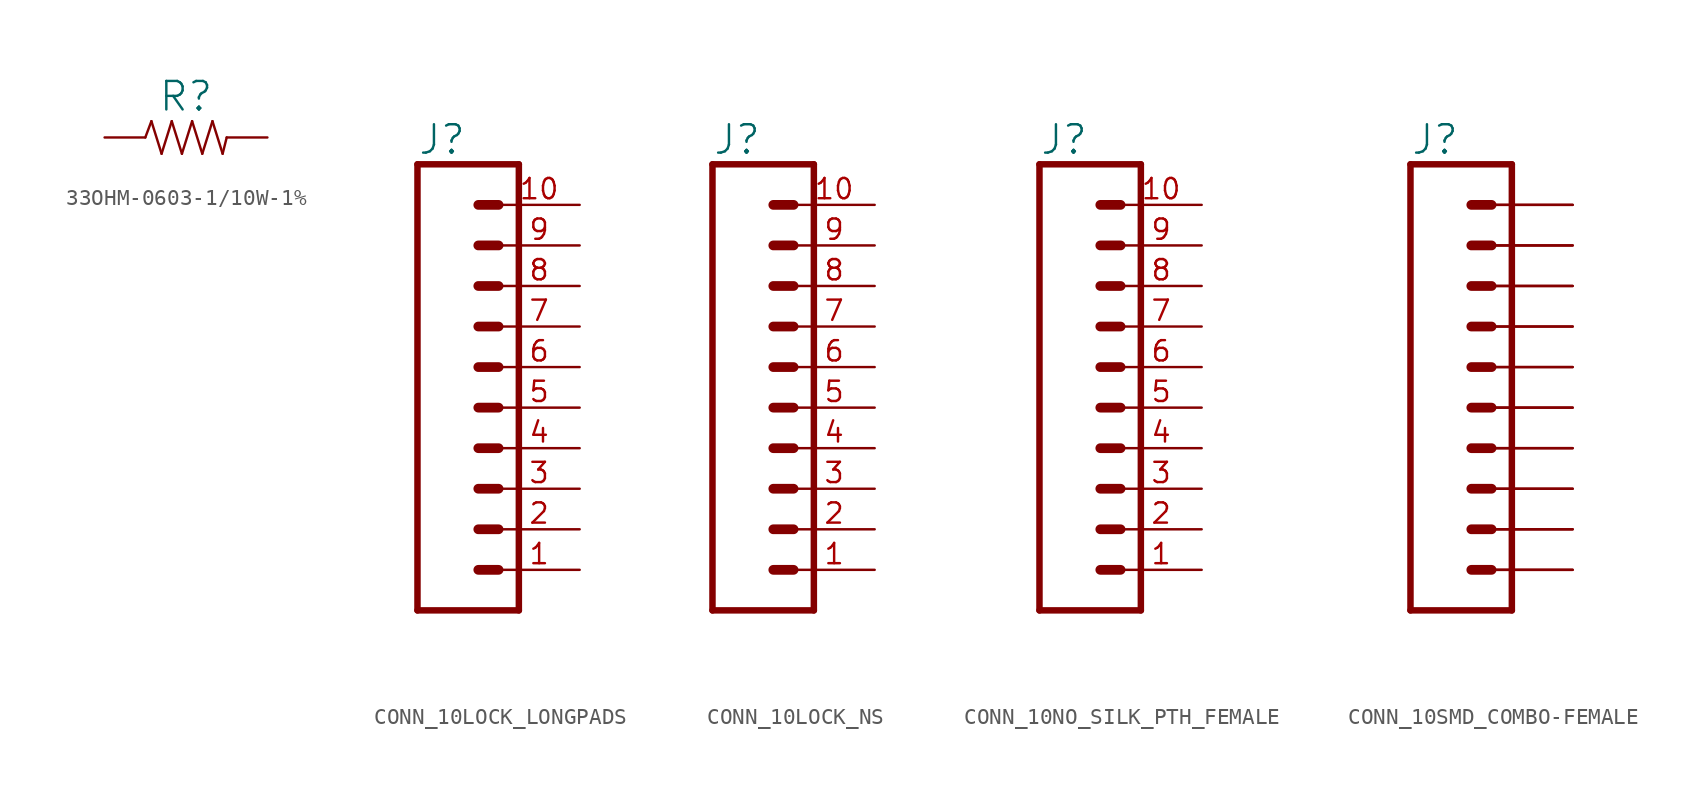
<source format=kicad_sym>
(kicad_symbol_lib
  (version 20231120)
  (generator "kicad_symbol_editor")
  (generator_version "8.0")
  (symbol "33OHM-0603-1/10W-1%"
    (property "Reference" "R"
      (at 0 1.524 0)
      (effects (font (size 1.778 1.778)) (justify bottom)))
    (property "Value" ""
      (at 0 -1.524 0)
      (effects (font (size 1.778 1.778)) (justify top)))
    (property "ki_locked" ""
      (at 0 0 0)
      (effects (font (size 1.27 1.27))))
    (symbol "33OHM-0603-1/10W-1%_1_0"
      (polyline (pts (xy -2.54 0) (xy -2.159 1.016)) (stroke (width 0.152) (type solid)) (fill (type none)))
      (polyline (pts (xy -2.159 1.016) (xy -1.524 -1.016)) (stroke (width 0.152) (type solid)) (fill (type none)))
      (polyline (pts (xy -1.524 -1.016) (xy -0.889 1.016)) (stroke (width 0.152) (type solid)) (fill (type none)))
      (polyline (pts (xy -0.889 1.016) (xy -0.254 -1.016)) (stroke (width 0.152) (type solid)) (fill (type none)))
      (polyline (pts (xy -0.254 -1.016) (xy 0.381 1.016)) (stroke (width 0.152) (type solid)) (fill (type none)))
      (polyline (pts (xy 0.381 1.016) (xy 1.016 -1.016)) (stroke (width 0.152) (type solid)) (fill (type none)))
      (polyline (pts (xy 1.016 -1.016) (xy 1.651 1.016)) (stroke (width 0.152) (type solid)) (fill (type none)))
      (polyline (pts (xy 1.651 1.016) (xy 2.286 -1.016)) (stroke (width 0.152) (type solid)) (fill (type none)))
      (polyline (pts (xy 2.286 -1.016) (xy 2.54 0)) (stroke (width 0.152) (type solid)) (fill (type none)))
      (pin passive line (at -5.08 0 0) (length 2.54) (name "1" (effects (font (size 0 0)))) (number "1" (effects (font (size 0 0)))))
      (pin passive line (at 5.08 0 180) (length 2.54) (name "2" (effects (font (size 0 0)))) (number "2" (effects (font (size 0 0)))))))
  (symbol "CONN_10LOCK_LONGPADS"
    (property "Reference" "J"
      (at 0 8.128 0)
      (effects (font (size 1.778 1.778)) (justify left bottom)))
    (property "Value" ""
      (at 0 -22.606 0)
      (effects (font (size 1.778 1.778)) (justify left bottom)))
    (property "ki_locked" ""
      (at 0 0 0)
      (effects (font (size 1.27 1.27))))
    (symbol "CONN_10LOCK_LONGPADS_1_0"
      (polyline (pts (xy 0 7.62) (xy 0 -20.32)) (stroke (width 0.406) (type solid)) (fill (type none)))
      (polyline (pts (xy 0 7.62) (xy 6.35 7.62)) (stroke (width 0.406) (type solid)) (fill (type none)))
      (polyline (pts (xy 3.81 -17.78) (xy 5.08 -17.78)) (stroke (width 0.61) (type solid)) (fill (type none)))
      (polyline (pts (xy 3.81 -15.24) (xy 5.08 -15.24)) (stroke (width 0.61) (type solid)) (fill (type none)))
      (polyline (pts (xy 3.81 -12.7) (xy 5.08 -12.7)) (stroke (width 0.61) (type solid)) (fill (type none)))
      (polyline (pts (xy 3.81 -10.16) (xy 5.08 -10.16)) (stroke (width 0.61) (type solid)) (fill (type none)))
      (polyline (pts (xy 3.81 -7.62) (xy 5.08 -7.62)) (stroke (width 0.61) (type solid)) (fill (type none)))
      (polyline (pts (xy 3.81 -5.08) (xy 5.08 -5.08)) (stroke (width 0.61) (type solid)) (fill (type none)))
      (polyline (pts (xy 3.81 -2.54) (xy 5.08 -2.54)) (stroke (width 0.61) (type solid)) (fill (type none)))
      (polyline (pts (xy 3.81 0) (xy 5.08 0)) (stroke (width 0.61) (type solid)) (fill (type none)))
      (polyline (pts (xy 3.81 2.54) (xy 5.08 2.54)) (stroke (width 0.61) (type solid)) (fill (type none)))
      (polyline (pts (xy 3.81 5.08) (xy 5.08 5.08)) (stroke (width 0.61) (type solid)) (fill (type none)))
      (polyline (pts (xy 6.35 -20.32) (xy 0 -20.32)) (stroke (width 0.406) (type solid)) (fill (type none)))
      (polyline (pts (xy 6.35 -20.32) (xy 6.35 7.62)) (stroke (width 0.406) (type solid)) (fill (type none)))
      (pin passive line (at 10.16 -17.78 180) (length 5.08) (name "1" (effects (font (size 0 0)))) (number "1" (effects (font (size 1.27 1.27)))))
      (pin passive line (at 10.16 5.08 180) (length 5.08) (name "10" (effects (font (size 0 0)))) (number "10" (effects (font (size 1.27 1.27)))))
      (pin passive line (at 10.16 -15.24 180) (length 5.08) (name "2" (effects (font (size 0 0)))) (number "2" (effects (font (size 1.27 1.27)))))
      (pin passive line (at 10.16 -12.7 180) (length 5.08) (name "3" (effects (font (size 0 0)))) (number "3" (effects (font (size 1.27 1.27)))))
      (pin passive line (at 10.16 -10.16 180) (length 5.08) (name "4" (effects (font (size 0 0)))) (number "4" (effects (font (size 1.27 1.27)))))
      (pin passive line (at 10.16 -7.62 180) (length 5.08) (name "5" (effects (font (size 0 0)))) (number "5" (effects (font (size 1.27 1.27)))))
      (pin passive line (at 10.16 -5.08 180) (length 5.08) (name "6" (effects (font (size 0 0)))) (number "6" (effects (font (size 1.27 1.27)))))
      (pin passive line (at 10.16 -2.54 180) (length 5.08) (name "7" (effects (font (size 0 0)))) (number "7" (effects (font (size 1.27 1.27)))))
      (pin passive line (at 10.16 0 180) (length 5.08) (name "8" (effects (font (size 0 0)))) (number "8" (effects (font (size 1.27 1.27)))))
      (pin passive line (at 10.16 2.54 180) (length 5.08) (name "9" (effects (font (size 0 0)))) (number "9" (effects (font (size 1.27 1.27)))))))
  (symbol "CONN_10LOCK_NS"
    (property "Reference" "J"
      (at 0 8.128 0)
      (effects (font (size 1.778 1.778)) (justify left bottom)))
    (property "Value" ""
      (at 0 -22.606 0)
      (effects (font (size 1.778 1.778)) (justify left bottom)))
    (property "ki_locked" ""
      (at 0 0 0)
      (effects (font (size 1.27 1.27))))
    (symbol "CONN_10LOCK_NS_1_0"
      (polyline (pts (xy 0 7.62) (xy 0 -20.32)) (stroke (width 0.406) (type solid)) (fill (type none)))
      (polyline (pts (xy 0 7.62) (xy 6.35 7.62)) (stroke (width 0.406) (type solid)) (fill (type none)))
      (polyline (pts (xy 3.81 -17.78) (xy 5.08 -17.78)) (stroke (width 0.61) (type solid)) (fill (type none)))
      (polyline (pts (xy 3.81 -15.24) (xy 5.08 -15.24)) (stroke (width 0.61) (type solid)) (fill (type none)))
      (polyline (pts (xy 3.81 -12.7) (xy 5.08 -12.7)) (stroke (width 0.61) (type solid)) (fill (type none)))
      (polyline (pts (xy 3.81 -10.16) (xy 5.08 -10.16)) (stroke (width 0.61) (type solid)) (fill (type none)))
      (polyline (pts (xy 3.81 -7.62) (xy 5.08 -7.62)) (stroke (width 0.61) (type solid)) (fill (type none)))
      (polyline (pts (xy 3.81 -5.08) (xy 5.08 -5.08)) (stroke (width 0.61) (type solid)) (fill (type none)))
      (polyline (pts (xy 3.81 -2.54) (xy 5.08 -2.54)) (stroke (width 0.61) (type solid)) (fill (type none)))
      (polyline (pts (xy 3.81 0) (xy 5.08 0)) (stroke (width 0.61) (type solid)) (fill (type none)))
      (polyline (pts (xy 3.81 2.54) (xy 5.08 2.54)) (stroke (width 0.61) (type solid)) (fill (type none)))
      (polyline (pts (xy 3.81 5.08) (xy 5.08 5.08)) (stroke (width 0.61) (type solid)) (fill (type none)))
      (polyline (pts (xy 6.35 -20.32) (xy 0 -20.32)) (stroke (width 0.406) (type solid)) (fill (type none)))
      (polyline (pts (xy 6.35 -20.32) (xy 6.35 7.62)) (stroke (width 0.406) (type solid)) (fill (type none)))
      (pin passive line (at 10.16 -17.78 180) (length 5.08) (name "1" (effects (font (size 0 0)))) (number "1" (effects (font (size 1.27 1.27)))))
      (pin passive line (at 10.16 5.08 180) (length 5.08) (name "10" (effects (font (size 0 0)))) (number "10" (effects (font (size 1.27 1.27)))))
      (pin passive line (at 10.16 -15.24 180) (length 5.08) (name "2" (effects (font (size 0 0)))) (number "2" (effects (font (size 1.27 1.27)))))
      (pin passive line (at 10.16 -12.7 180) (length 5.08) (name "3" (effects (font (size 0 0)))) (number "3" (effects (font (size 1.27 1.27)))))
      (pin passive line (at 10.16 -10.16 180) (length 5.08) (name "4" (effects (font (size 0 0)))) (number "4" (effects (font (size 1.27 1.27)))))
      (pin passive line (at 10.16 -7.62 180) (length 5.08) (name "5" (effects (font (size 0 0)))) (number "5" (effects (font (size 1.27 1.27)))))
      (pin passive line (at 10.16 -5.08 180) (length 5.08) (name "6" (effects (font (size 0 0)))) (number "6" (effects (font (size 1.27 1.27)))))
      (pin passive line (at 10.16 -2.54 180) (length 5.08) (name "7" (effects (font (size 0 0)))) (number "7" (effects (font (size 1.27 1.27)))))
      (pin passive line (at 10.16 0 180) (length 5.08) (name "8" (effects (font (size 0 0)))) (number "8" (effects (font (size 1.27 1.27)))))
      (pin passive line (at 10.16 2.54 180) (length 5.08) (name "9" (effects (font (size 0 0)))) (number "9" (effects (font (size 1.27 1.27)))))))
  (symbol "CONN_10NO_SILK_PTH_FEMALE"
    (property "Reference" "J"
      (at 0 8.128 0)
      (effects (font (size 1.778 1.778)) (justify left bottom)))
    (property "Value" ""
      (at 0 -22.606 0)
      (effects (font (size 1.778 1.778)) (justify left bottom)))
    (property "ki_locked" ""
      (at 0 0 0)
      (effects (font (size 1.27 1.27))))
    (symbol "CONN_10NO_SILK_PTH_FEMALE_1_0"
      (polyline (pts (xy 0 7.62) (xy 0 -20.32)) (stroke (width 0.406) (type solid)) (fill (type none)))
      (polyline (pts (xy 0 7.62) (xy 6.35 7.62)) (stroke (width 0.406) (type solid)) (fill (type none)))
      (polyline (pts (xy 3.81 -17.78) (xy 5.08 -17.78)) (stroke (width 0.61) (type solid)) (fill (type none)))
      (polyline (pts (xy 3.81 -15.24) (xy 5.08 -15.24)) (stroke (width 0.61) (type solid)) (fill (type none)))
      (polyline (pts (xy 3.81 -12.7) (xy 5.08 -12.7)) (stroke (width 0.61) (type solid)) (fill (type none)))
      (polyline (pts (xy 3.81 -10.16) (xy 5.08 -10.16)) (stroke (width 0.61) (type solid)) (fill (type none)))
      (polyline (pts (xy 3.81 -7.62) (xy 5.08 -7.62)) (stroke (width 0.61) (type solid)) (fill (type none)))
      (polyline (pts (xy 3.81 -5.08) (xy 5.08 -5.08)) (stroke (width 0.61) (type solid)) (fill (type none)))
      (polyline (pts (xy 3.81 -2.54) (xy 5.08 -2.54)) (stroke (width 0.61) (type solid)) (fill (type none)))
      (polyline (pts (xy 3.81 0) (xy 5.08 0)) (stroke (width 0.61) (type solid)) (fill (type none)))
      (polyline (pts (xy 3.81 2.54) (xy 5.08 2.54)) (stroke (width 0.61) (type solid)) (fill (type none)))
      (polyline (pts (xy 3.81 5.08) (xy 5.08 5.08)) (stroke (width 0.61) (type solid)) (fill (type none)))
      (polyline (pts (xy 6.35 -20.32) (xy 0 -20.32)) (stroke (width 0.406) (type solid)) (fill (type none)))
      (polyline (pts (xy 6.35 -20.32) (xy 6.35 7.62)) (stroke (width 0.406) (type solid)) (fill (type none)))
      (pin passive line (at 10.16 -17.78 180) (length 5.08) (name "1" (effects (font (size 0 0)))) (number "1" (effects (font (size 1.27 1.27)))))
      (pin passive line (at 10.16 5.08 180) (length 5.08) (name "10" (effects (font (size 0 0)))) (number "10" (effects (font (size 1.27 1.27)))))
      (pin passive line (at 10.16 -15.24 180) (length 5.08) (name "2" (effects (font (size 0 0)))) (number "2" (effects (font (size 1.27 1.27)))))
      (pin passive line (at 10.16 -12.7 180) (length 5.08) (name "3" (effects (font (size 0 0)))) (number "3" (effects (font (size 1.27 1.27)))))
      (pin passive line (at 10.16 -10.16 180) (length 5.08) (name "4" (effects (font (size 0 0)))) (number "4" (effects (font (size 1.27 1.27)))))
      (pin passive line (at 10.16 -7.62 180) (length 5.08) (name "5" (effects (font (size 0 0)))) (number "5" (effects (font (size 1.27 1.27)))))
      (pin passive line (at 10.16 -5.08 180) (length 5.08) (name "6" (effects (font (size 0 0)))) (number "6" (effects (font (size 1.27 1.27)))))
      (pin passive line (at 10.16 -2.54 180) (length 5.08) (name "7" (effects (font (size 0 0)))) (number "7" (effects (font (size 1.27 1.27)))))
      (pin passive line (at 10.16 0 180) (length 5.08) (name "8" (effects (font (size 0 0)))) (number "8" (effects (font (size 1.27 1.27)))))
      (pin passive line (at 10.16 2.54 180) (length 5.08) (name "9" (effects (font (size 0 0)))) (number "9" (effects (font (size 1.27 1.27)))))))
  (symbol "CONN_10SMD_COMBO-FEMALE"
    (property "Reference" "J"
      (at 0 8.128 0)
      (effects (font (size 1.778 1.778)) (justify left bottom)))
    (property "Value" ""
      (at 0 -22.606 0)
      (effects (font (size 1.778 1.778)) (justify left bottom)))
    (property "ki_locked" ""
      (at 0 0 0)
      (effects (font (size 1.27 1.27))))
    (symbol "CONN_10SMD_COMBO-FEMALE_1_0"
      (polyline (pts (xy 0 7.62) (xy 0 -20.32)) (stroke (width 0.406) (type solid)) (fill (type none)))
      (polyline (pts (xy 0 7.62) (xy 6.35 7.62)) (stroke (width 0.406) (type solid)) (fill (type none)))
      (polyline (pts (xy 3.81 -17.78) (xy 5.08 -17.78)) (stroke (width 0.61) (type solid)) (fill (type none)))
      (polyline (pts (xy 3.81 -15.24) (xy 5.08 -15.24)) (stroke (width 0.61) (type solid)) (fill (type none)))
      (polyline (pts (xy 3.81 -12.7) (xy 5.08 -12.7)) (stroke (width 0.61) (type solid)) (fill (type none)))
      (polyline (pts (xy 3.81 -10.16) (xy 5.08 -10.16)) (stroke (width 0.61) (type solid)) (fill (type none)))
      (polyline (pts (xy 3.81 -7.62) (xy 5.08 -7.62)) (stroke (width 0.61) (type solid)) (fill (type none)))
      (polyline (pts (xy 3.81 -5.08) (xy 5.08 -5.08)) (stroke (width 0.61) (type solid)) (fill (type none)))
      (polyline (pts (xy 3.81 -2.54) (xy 5.08 -2.54)) (stroke (width 0.61) (type solid)) (fill (type none)))
      (polyline (pts (xy 3.81 0) (xy 5.08 0)) (stroke (width 0.61) (type solid)) (fill (type none)))
      (polyline (pts (xy 3.81 2.54) (xy 5.08 2.54)) (stroke (width 0.61) (type solid)) (fill (type none)))
      (polyline (pts (xy 3.81 5.08) (xy 5.08 5.08)) (stroke (width 0.61) (type solid)) (fill (type none)))
      (polyline (pts (xy 6.35 -20.32) (xy 0 -20.32)) (stroke (width 0.406) (type solid)) (fill (type none)))
      (polyline (pts (xy 6.35 -20.32) (xy 6.35 7.62)) (stroke (width 0.406) (type solid)) (fill (type none)))
      (pin passive line (at 10.16 5.08 180) (length 5.08) (name "10" (effects (font (size 0 0)))) (number "10A" (effects (font (size 0 0)))))
      (pin passive line (at 10.16 5.08 180) (length 5.08) (name "10" (effects (font (size 0 0)))) (number "10B" (effects (font (size 0 0)))))
      (pin passive line (at 10.16 -17.78 180) (length 5.08) (name "1" (effects (font (size 0 0)))) (number "1A" (effects (font (size 0 0)))))
      (pin passive line (at 10.16 -17.78 180) (length 5.08) (name "1" (effects (font (size 0 0)))) (number "1B" (effects (font (size 0 0)))))
      (pin passive line (at 10.16 -15.24 180) (length 5.08) (name "2" (effects (font (size 0 0)))) (number "2A" (effects (font (size 0 0)))))
      (pin passive line (at 10.16 -15.24 180) (length 5.08) (name "2" (effects (font (size 0 0)))) (number "2B" (effects (font (size 0 0)))))
      (pin passive line (at 10.16 -12.7 180) (length 5.08) (name "3" (effects (font (size 0 0)))) (number "3A" (effects (font (size 0 0)))))
      (pin passive line (at 10.16 -12.7 180) (length 5.08) (name "3" (effects (font (size 0 0)))) (number "3B" (effects (font (size 0 0)))))
      (pin passive line (at 10.16 -10.16 180) (length 5.08) (name "4" (effects (font (size 0 0)))) (number "4A" (effects (font (size 0 0)))))
      (pin passive line (at 10.16 -10.16 180) (length 5.08) (name "4" (effects (font (size 0 0)))) (number "4B" (effects (font (size 0 0)))))
      (pin passive line (at 10.16 -7.62 180) (length 5.08) (name "5" (effects (font (size 0 0)))) (number "5A" (effects (font (size 0 0)))))
      (pin passive line (at 10.16 -7.62 180) (length 5.08) (name "5" (effects (font (size 0 0)))) (number "5B" (effects (font (size 0 0)))))
      (pin passive line (at 10.16 -5.08 180) (length 5.08) (name "6" (effects (font (size 0 0)))) (number "6A" (effects (font (size 0 0)))))
      (pin passive line (at 10.16 -5.08 180) (length 5.08) (name "6" (effects (font (size 0 0)))) (number "6B" (effects (font (size 0 0)))))
      (pin passive line (at 10.16 -2.54 180) (length 5.08) (name "7" (effects (font (size 0 0)))) (number "7A" (effects (font (size 0 0)))))
      (pin passive line (at 10.16 -2.54 180) (length 5.08) (name "7" (effects (font (size 0 0)))) (number "7B" (effects (font (size 0 0)))))
      (pin passive line (at 10.16 0 180) (length 5.08) (name "8" (effects (font (size 0 0)))) (number "8A" (effects (font (size 0 0)))))
      (pin passive line (at 10.16 0 180) (length 5.08) (name "8" (effects (font (size 0 0)))) (number "8B" (effects (font (size 0 0)))))
      (pin passive line (at 10.16 2.54 180) (length 5.08) (name "9" (effects (font (size 0 0)))) (number "9A" (effects (font (size 0 0)))))
      (pin passive line (at 10.16 2.54 180) (length 5.08) (name "9" (effects (font (size 0 0)))) (number "9B" (effects (font (size 0 0))))))))
</source>
